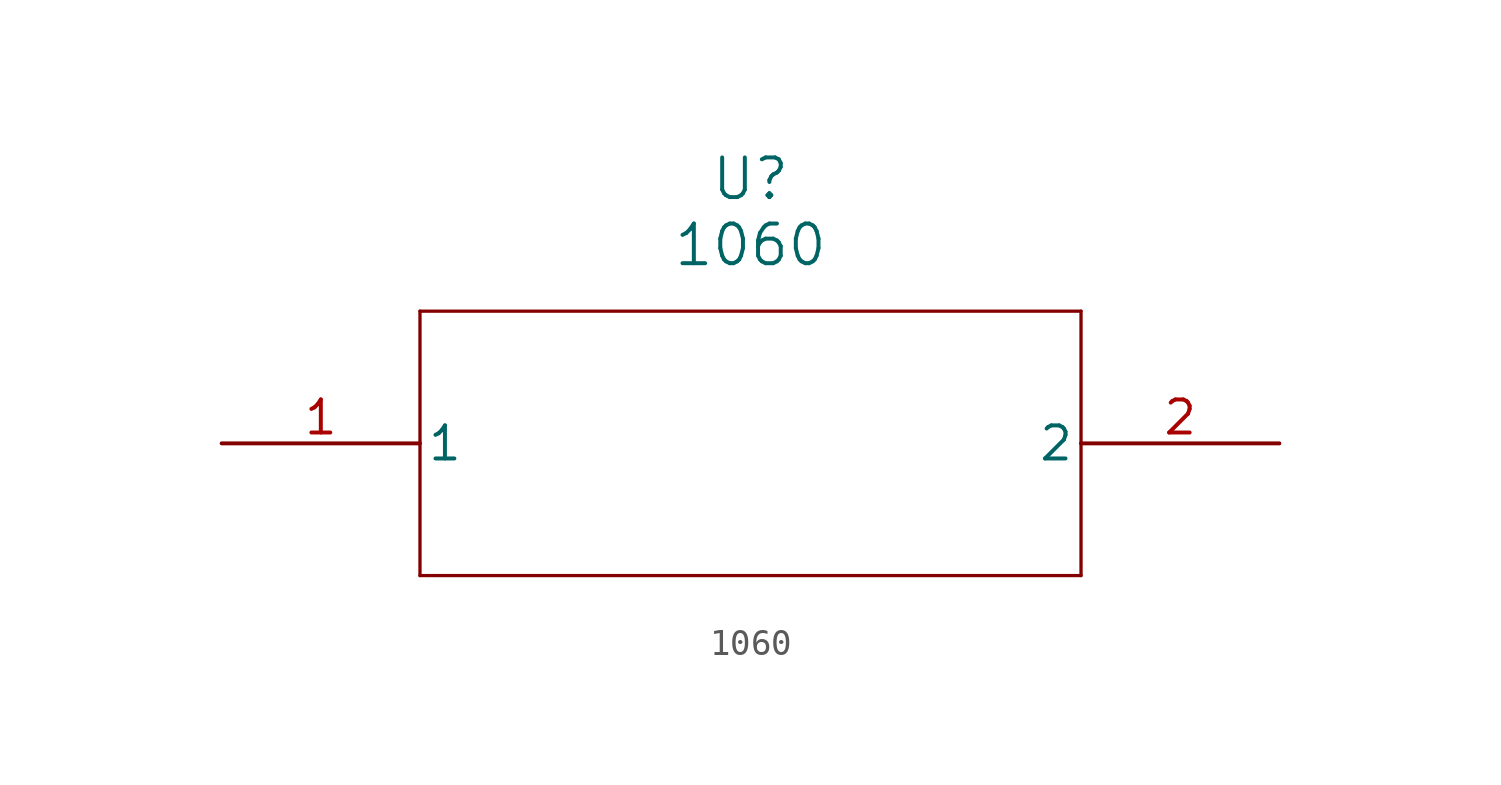
<source format=kicad_sym>
(kicad_symbol_lib
  (version 20211014)
  (generator kicad_symbol_editor)
  (symbol "1060"
    (pin_names
      (offset 0.254))
    (property "Reference" "U"
      (at 20.32 10.16 0)
      (effects (font (size 1.524 1.524))))
    (property "Value" "1060"
      (at 20.32 7.62 0)
      (effects (font (size 1.524 1.524))))
    (symbol "1060_0_1"
      (polyline (pts (xy 7.62 5.08) (xy 7.62 -5.08)) (stroke (width 0.127) (type default) (color 0 0 0 0)) (fill (type none)))
      (polyline (pts (xy 7.62 -5.08) (xy 33.02 -5.08)) (stroke (width 0.127) (type default) (color 0 0 0 0)) (fill (type none)))
      (polyline (pts (xy 33.02 -5.08) (xy 33.02 5.08)) (stroke (width 0.127) (type default) (color 0 0 0 0)) (fill (type none)))
      (polyline (pts (xy 33.02 5.08) (xy 7.62 5.08)) (stroke (width 0.127) (type default) (color 0 0 0 0)) (fill (type none)))
      (pin unspecified line (at 0 0 0) (length 7.62) (name "1" (effects (font (size 1.27 1.27)))) (number "1" (effects (font (size 1.27 1.27)))))
      (pin unspecified line (at 40.64 0 180) (length 7.62) (name "2" (effects (font (size 1.27 1.27)))) (number "2" (effects (font (size 1.27 1.27))))))))
</source>
